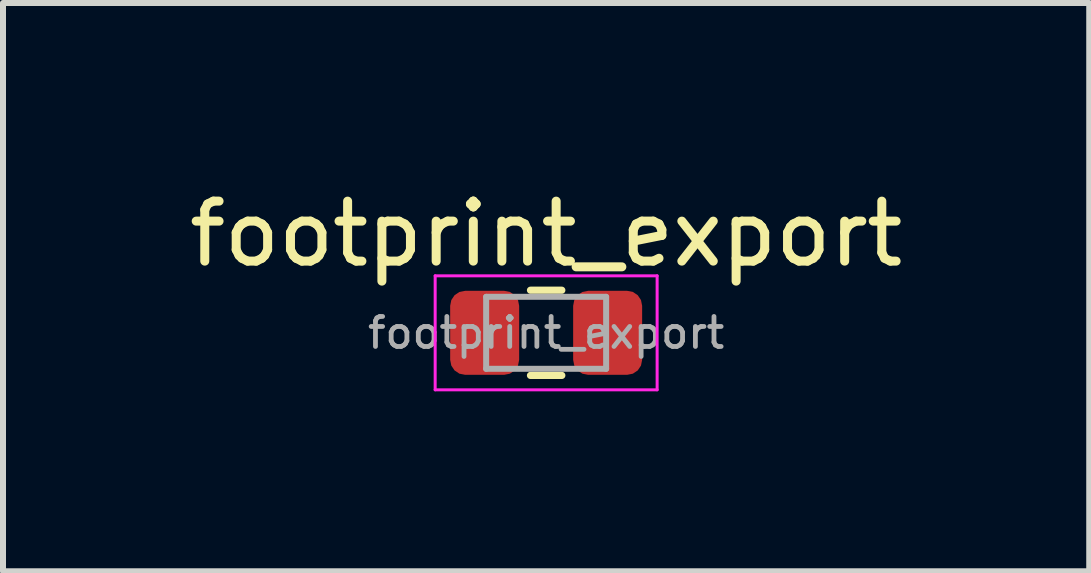
<source format=kicad_pcb>
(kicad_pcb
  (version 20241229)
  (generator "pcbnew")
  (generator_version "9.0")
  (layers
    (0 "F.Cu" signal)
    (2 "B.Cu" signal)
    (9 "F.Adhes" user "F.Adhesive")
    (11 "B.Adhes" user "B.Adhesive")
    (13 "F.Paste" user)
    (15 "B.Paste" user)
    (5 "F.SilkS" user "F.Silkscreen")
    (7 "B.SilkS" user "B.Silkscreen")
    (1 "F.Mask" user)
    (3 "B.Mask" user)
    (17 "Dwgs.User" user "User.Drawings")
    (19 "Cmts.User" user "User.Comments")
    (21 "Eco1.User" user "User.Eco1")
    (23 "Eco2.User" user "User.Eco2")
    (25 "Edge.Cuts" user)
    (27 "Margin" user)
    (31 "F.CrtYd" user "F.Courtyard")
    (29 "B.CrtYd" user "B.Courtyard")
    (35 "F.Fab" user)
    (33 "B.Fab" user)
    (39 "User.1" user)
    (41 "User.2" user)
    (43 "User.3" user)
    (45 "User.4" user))
  (footprint "footprint_export"
    (layer "F.Cu")
    (at 6.054 2.498)
    (property "Reference" "footprint_export" (at 0 -1.65 0) (layer "F.SilkS") (effects (font (size 1 1) (thickness 0.15))))
    (attr smd)
    (fp_line (start -0.261 -0.71) (end 0.261 -0.71) (stroke (width 0.12) (type solid)) (layer "F.SilkS"))
    (fp_line (start -0.261 0.71) (end 0.261 0.71) (stroke (width 0.12) (type solid)) (layer "F.SilkS"))
    (fp_line (start -1.85 -0.95) (end 1.85 -0.95) (stroke (width 0.05) (type solid)) (layer "F.CrtYd"))
    (fp_line (start -1.85 0.95) (end -1.85 -0.95) (stroke (width 0.05) (type solid)) (layer "F.CrtYd"))
    (fp_line (start 1.85 -0.95) (end 1.85 0.95) (stroke (width 0.05) (type solid)) (layer "F.CrtYd"))
    (fp_line (start 1.85 0.95) (end -1.85 0.95) (stroke (width 0.05) (type solid)) (layer "F.CrtYd"))
    (fp_line (start -1 -0.6) (end 1 -0.6) (stroke (width 0.1) (type solid)) (layer "F.Fab"))
    (fp_line (start -1 0.6) (end -1 -0.6) (stroke (width 0.1) (type solid)) (layer "F.Fab"))
    (fp_line (start 1 -0.6) (end 1 0.6) (stroke (width 0.1) (type solid)) (layer "F.Fab"))
    (fp_line (start 1 0.6) (end -1 0.6) (stroke (width 0.1) (type solid)) (layer "F.Fab"))
    (fp_text user "${REFERENCE}" (at 0 0 0) (layer "F.Fab") (effects (font (size 0.5 0.5) (thickness 0.08))))
    (pad "1" smd roundrect (at -1.025 0) (size 1.15 1.4) (layers "F.Cu" "F.Mask" "F.Paste") (roundrect_rratio 0.217))
    (pad "2" smd roundrect (at 1.025 0) (size 1.15 1.4) (layers "F.Cu" "F.Mask" "F.Paste") (roundrect_rratio 0.217)))
  (gr_rect
    (start -3 -3)
    (end 15.107 6.473)
    (stroke (width 0.1) (type default))
    (fill no)
    (layer "Edge.Cuts")))
</source>
